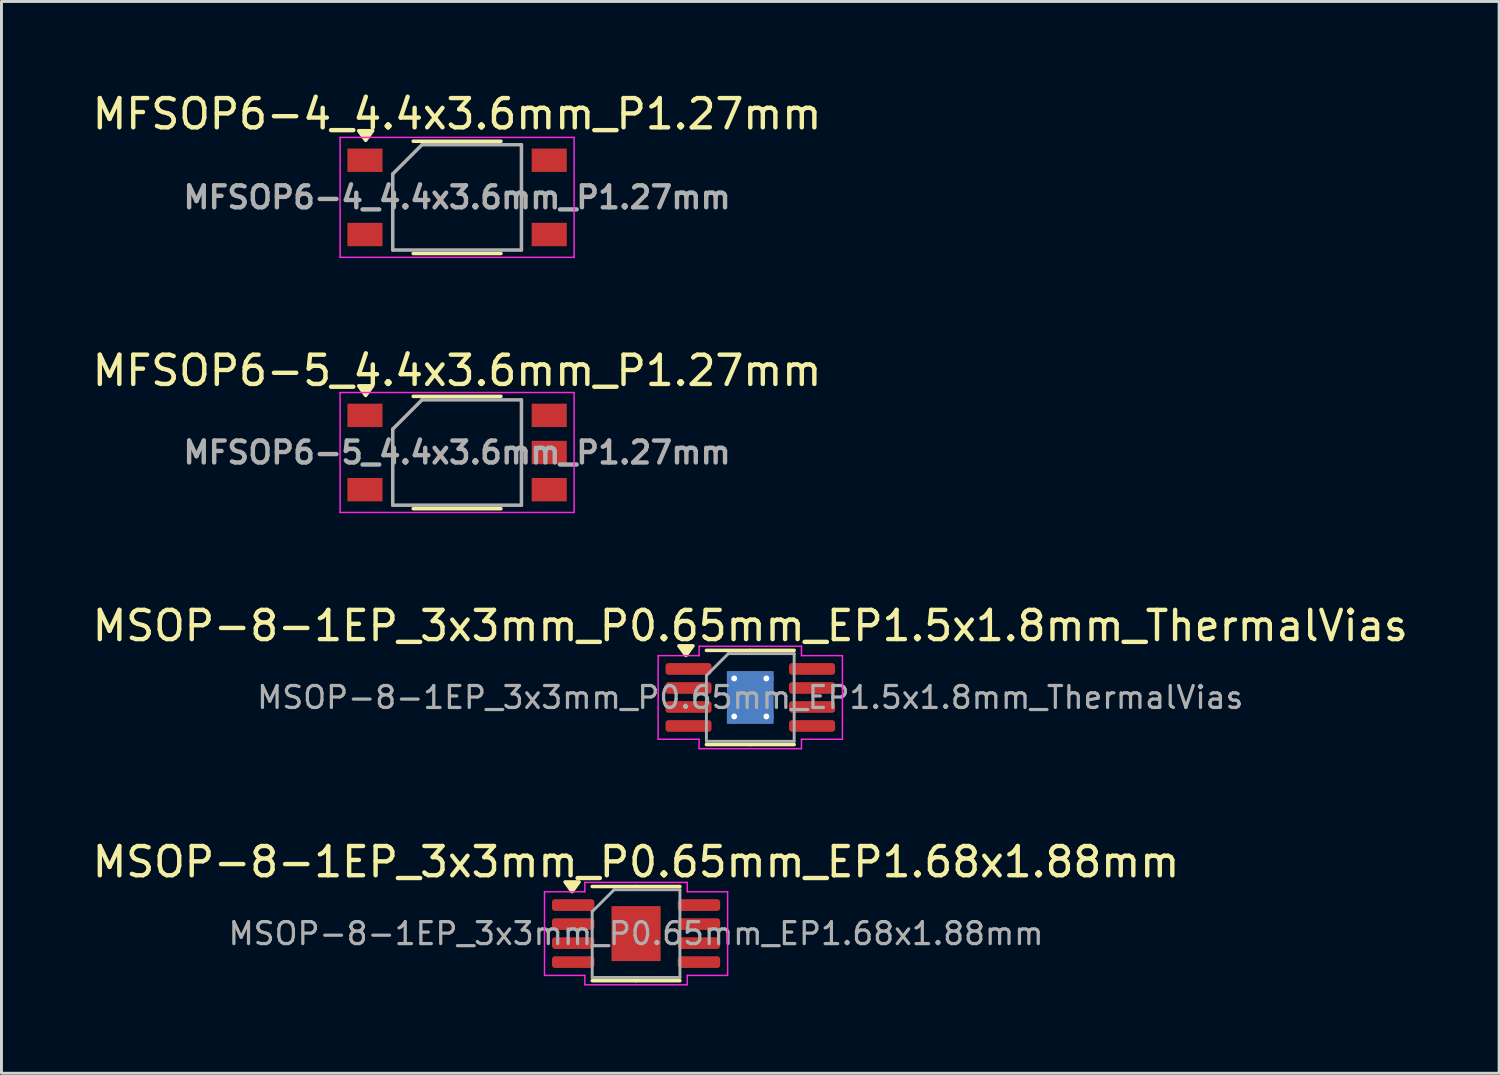
<source format=kicad_pcb>
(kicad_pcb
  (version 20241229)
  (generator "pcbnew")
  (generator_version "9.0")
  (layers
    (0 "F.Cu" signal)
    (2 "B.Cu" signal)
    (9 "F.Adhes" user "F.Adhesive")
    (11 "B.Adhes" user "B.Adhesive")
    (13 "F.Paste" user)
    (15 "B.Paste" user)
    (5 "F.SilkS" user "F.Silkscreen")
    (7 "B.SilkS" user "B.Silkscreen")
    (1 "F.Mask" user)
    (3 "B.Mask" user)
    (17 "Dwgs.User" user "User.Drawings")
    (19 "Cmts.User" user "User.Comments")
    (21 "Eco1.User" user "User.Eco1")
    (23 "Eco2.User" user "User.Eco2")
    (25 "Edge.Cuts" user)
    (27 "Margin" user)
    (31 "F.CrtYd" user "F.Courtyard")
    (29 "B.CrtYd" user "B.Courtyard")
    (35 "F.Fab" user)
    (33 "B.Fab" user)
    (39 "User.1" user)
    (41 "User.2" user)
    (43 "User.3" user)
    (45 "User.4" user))
  (footprint "MSOP-8-1EP_3x3mm_P0.65mm_EP1.68x1.88mm"
    (layer "F.Cu")
    (at 18.696 28.868)
    (property "Reference" "MSOP-8-1EP_3x3mm_P0.65mm_EP1.68x1.88mm" (at 0 -2.45 0) (layer "F.SilkS") (effects (font (size 1 1) (thickness 0.15))))
    (attr smd)
    (fp_line (start 0 -1.61) (end -1.5 -1.61) (stroke (width 0.12) (type solid)) (layer "F.SilkS"))
    (fp_line (start 0 -1.61) (end 1.5 -1.61) (stroke (width 0.12) (type solid)) (layer "F.SilkS"))
    (fp_line (start 0 1.61) (end -1.5 1.61) (stroke (width 0.12) (type solid)) (layer "F.SilkS"))
    (fp_line (start 0 1.61) (end 1.5 1.61) (stroke (width 0.12) (type solid)) (layer "F.SilkS"))
    (fp_poly (pts (xy -2.188 -1.435) (xy -2.428 -1.765) (xy -1.948 -1.765)) (stroke (width 0.12) (type solid)) (fill yes) (layer "F.SilkS"))
    (fp_line (start -3.13 -1.43) (end -1.75 -1.43) (stroke (width 0.05) (type solid)) (layer "F.CrtYd"))
    (fp_line (start -3.13 1.43) (end -3.13 -1.43) (stroke (width 0.05) (type solid)) (layer "F.CrtYd"))
    (fp_line (start -1.75 -1.75) (end 1.75 -1.75) (stroke (width 0.05) (type solid)) (layer "F.CrtYd"))
    (fp_line (start -1.75 -1.43) (end -1.75 -1.75) (stroke (width 0.05) (type solid)) (layer "F.CrtYd"))
    (fp_line (start -1.75 1.43) (end -3.13 1.43) (stroke (width 0.05) (type solid)) (layer "F.CrtYd"))
    (fp_line (start -1.75 1.75) (end -1.75 1.43) (stroke (width 0.05) (type solid)) (layer "F.CrtYd"))
    (fp_line (start 1.75 -1.75) (end 1.75 -1.43) (stroke (width 0.05) (type solid)) (layer "F.CrtYd"))
    (fp_line (start 1.75 -1.43) (end 3.13 -1.43) (stroke (width 0.05) (type solid)) (layer "F.CrtYd"))
    (fp_line (start 1.75 1.43) (end 1.75 1.75) (stroke (width 0.05) (type solid)) (layer "F.CrtYd"))
    (fp_line (start 1.75 1.75) (end -1.75 1.75) (stroke (width 0.05) (type solid)) (layer "F.CrtYd"))
    (fp_line (start 3.13 -1.43) (end 3.13 1.43) (stroke (width 0.05) (type solid)) (layer "F.CrtYd"))
    (fp_line (start 3.13 1.43) (end 1.75 1.43) (stroke (width 0.05) (type solid)) (layer "F.CrtYd"))
    (fp_line (start -1.5 -0.75) (end -0.75 -1.5) (stroke (width 0.1) (type solid)) (layer "F.Fab"))
    (fp_line (start -1.5 1.5) (end -1.5 -0.75) (stroke (width 0.1) (type solid)) (layer "F.Fab"))
    (fp_line (start -0.75 -1.5) (end 1.5 -1.5) (stroke (width 0.1) (type solid)) (layer "F.Fab"))
    (fp_line (start 1.5 -1.5) (end 1.5 1.5) (stroke (width 0.1) (type solid)) (layer "F.Fab"))
    (fp_line (start 1.5 1.5) (end -1.5 1.5) (stroke (width 0.1) (type solid)) (layer "F.Fab"))
    (fp_text user "${REFERENCE}" (at 0 0 0) (layer "F.Fab") (effects (font (size 0.75 0.75) (thickness 0.11))))
    (pad "" smd roundrect (at -0.42 -0.47) (size 0.68 0.76) (layers "F.Paste") (roundrect_rratio 0.25))
    (pad "" smd roundrect (at -0.42 0.47) (size 0.68 0.76) (layers "F.Paste") (roundrect_rratio 0.25))
    (pad "" smd roundrect (at 0.42 -0.47) (size 0.68 0.76) (layers "F.Paste") (roundrect_rratio 0.25))
    (pad "" smd roundrect (at 0.42 0.47) (size 0.68 0.76) (layers "F.Paste") (roundrect_rratio 0.25))
    (pad "1" smd roundrect (at -2.15 -0.975) (size 1.45 0.4) (layers "F.Cu" "F.Mask" "F.Paste") (roundrect_rratio 0.25))
    (pad "2" smd roundrect (at -2.15 -0.325) (size 1.45 0.4) (layers "F.Cu" "F.Mask" "F.Paste") (roundrect_rratio 0.25))
    (pad "3" smd roundrect (at -2.15 0.325) (size 1.45 0.4) (layers "F.Cu" "F.Mask" "F.Paste") (roundrect_rratio 0.25))
    (pad "4" smd roundrect (at -2.15 0.975) (size 1.45 0.4) (layers "F.Cu" "F.Mask" "F.Paste") (roundrect_rratio 0.25))
    (pad "5" smd roundrect (at 2.15 0.975) (size 1.45 0.4) (layers "F.Cu" "F.Mask" "F.Paste") (roundrect_rratio 0.25))
    (pad "6" smd roundrect (at 2.15 0.325) (size 1.45 0.4) (layers "F.Cu" "F.Mask" "F.Paste") (roundrect_rratio 0.25))
    (pad "7" smd roundrect (at 2.15 -0.325) (size 1.45 0.4) (layers "F.Cu" "F.Mask" "F.Paste") (roundrect_rratio 0.25))
    (pad "8" smd roundrect (at 2.15 -0.975) (size 1.45 0.4) (layers "F.Cu" "F.Mask" "F.Paste") (roundrect_rratio 0.25))
    (pad "9" smd rect (at 0 0) (size 1.68 1.88) (property pad_prop_heatsink) (layers "F.Cu" "F.Mask")))
  (footprint "MFSOP6-5_4.4x3.6mm_P1.27mm"
    (layer "F.Cu")
    (at 12.577 12.421)
    (property "Reference" "MFSOP6-5_4.4x3.6mm_P1.27mm" (at 0 -2.8 0) (layer "F.SilkS") (effects (font (size 1 1) (thickness 0.15))))
    (attr smd)
    (fp_line (start 1.5 -1.92) (end -1.5 -1.92) (stroke (width 0.12) (type solid)) (layer "F.SilkS"))
    (fp_line (start 1.5 1.92) (end -1.5 1.92) (stroke (width 0.12) (type solid)) (layer "F.SilkS"))
    (fp_poly (pts (xy -3.125 -1.95) (xy -3.365 -2.28) (xy -2.885 -2.28) (xy -3.125 -1.95)) (stroke (width 0.12) (type solid)) (fill yes) (layer "F.SilkS"))
    (fp_line (start -4 -2.05) (end -4 2.05) (stroke (width 0.05) (type solid)) (layer "F.CrtYd"))
    (fp_line (start -4 -2.05) (end 4 -2.05) (stroke (width 0.05) (type solid)) (layer "F.CrtYd"))
    (fp_line (start 4 2.05) (end -4 2.05) (stroke (width 0.05) (type solid)) (layer "F.CrtYd"))
    (fp_line (start 4 2.05) (end 4 -2.05) (stroke (width 0.05) (type solid)) (layer "F.CrtYd"))
    (fp_line (start -2.2 -0.8) (end -2.2 1.8) (stroke (width 0.12) (type solid)) (layer "F.Fab"))
    (fp_line (start -2.2 1.8) (end 2.2 1.8) (stroke (width 0.12) (type solid)) (layer "F.Fab"))
    (fp_line (start -1.2 -1.8) (end -2.2 -0.8) (stroke (width 0.12) (type solid)) (layer "F.Fab"))
    (fp_line (start 2.2 -1.8) (end -1.2 -1.8) (stroke (width 0.12) (type solid)) (layer "F.Fab"))
    (fp_line (start 2.2 1.8) (end 2.2 -1.8) (stroke (width 0.12) (type solid)) (layer "F.Fab"))
    (fp_text user "${REFERENCE}" (at 0 0 0) (layer "F.Fab") (effects (font (size 0.75 0.75) (thickness 0.15))))
    (pad "1" smd rect (at -3.15 -1.27) (size 1.2 0.8) (layers "F.Cu" "F.Mask" "F.Paste"))
    (pad "3" smd rect (at -3.15 1.27) (size 1.2 0.8) (layers "F.Cu" "F.Mask" "F.Paste"))
    (pad "4" smd rect (at 3.15 1.27) (size 1.2 0.8) (layers "F.Cu" "F.Mask" "F.Paste"))
    (pad "5" smd rect (at 3.15 0) (size 1.2 0.8) (layers "F.Cu" "F.Mask" "F.Paste"))
    (pad "6" smd rect (at 3.15 -1.27) (size 1.2 0.8) (layers "F.Cu" "F.Mask" "F.Paste")))
  (footprint "MFSOP6-4_4.4x3.6mm_P1.27mm"
    (layer "F.Cu")
    (at 12.577 3.698)
    (property "Reference" "MFSOP6-4_4.4x3.6mm_P1.27mm" (at 0 -2.85 0) (layer "F.SilkS") (effects (font (size 1 1) (thickness 0.15))))
    (attr smd)
    (fp_line (start 1.5 -1.92) (end -1.5 -1.92) (stroke (width 0.12) (type solid)) (layer "F.SilkS"))
    (fp_line (start 1.5 1.92) (end -1.5 1.92) (stroke (width 0.12) (type solid)) (layer "F.SilkS"))
    (fp_poly (pts (xy -3.125 -1.95) (xy -3.365 -2.28) (xy -2.885 -2.28) (xy -3.125 -1.95)) (stroke (width 0.12) (type solid)) (fill yes) (layer "F.SilkS"))
    (fp_line (start -4 -2.05) (end -4 2.05) (stroke (width 0.05) (type solid)) (layer "F.CrtYd"))
    (fp_line (start -4 -2.05) (end 4 -2.05) (stroke (width 0.05) (type solid)) (layer "F.CrtYd"))
    (fp_line (start 4 2.05) (end -4 2.05) (stroke (width 0.05) (type solid)) (layer "F.CrtYd"))
    (fp_line (start 4 2.05) (end 4 -2.05) (stroke (width 0.05) (type solid)) (layer "F.CrtYd"))
    (fp_line (start -2.2 -0.8) (end -2.2 1.8) (stroke (width 0.12) (type solid)) (layer "F.Fab"))
    (fp_line (start -2.2 1.8) (end 2.2 1.8) (stroke (width 0.12) (type solid)) (layer "F.Fab"))
    (fp_line (start -1.2 -1.8) (end -2.2 -0.8) (stroke (width 0.12) (type solid)) (layer "F.Fab"))
    (fp_line (start 2.2 -1.8) (end -1.2 -1.8) (stroke (width 0.12) (type solid)) (layer "F.Fab"))
    (fp_line (start 2.2 1.8) (end 2.2 -1.8) (stroke (width 0.12) (type solid)) (layer "F.Fab"))
    (fp_text user "${REFERENCE}" (at 0 0 0) (layer "F.Fab") (effects (font (size 0.75 0.75) (thickness 0.15))))
    (pad "1" smd rect (at -3.15 -1.27) (size 1.2 0.8) (layers "F.Cu" "F.Mask" "F.Paste"))
    (pad "3" smd rect (at -3.15 1.27) (size 1.2 0.8) (layers "F.Cu" "F.Mask" "F.Paste"))
    (pad "4" smd rect (at 3.15 1.27) (size 1.2 0.8) (layers "F.Cu" "F.Mask" "F.Paste"))
    (pad "6" smd rect (at 3.15 -1.27) (size 1.2 0.8) (layers "F.Cu" "F.Mask" "F.Paste")))
  (footprint "MSOP-8-1EP_3x3mm_P0.65mm_EP1.5x1.8mm_ThermalVias"
    (layer "F.Cu")
    (at 22.601 20.795)
    (property "Reference" "MSOP-8-1EP_3x3mm_P0.65mm_EP1.5x1.8mm_ThermalVias" (at 0 -2.45 0) (layer "F.SilkS") (effects (font (size 1 1) (thickness 0.15))))
    (attr smd)
    (fp_line (start 0 -1.61) (end -1.5 -1.61) (stroke (width 0.12) (type solid)) (layer "F.SilkS"))
    (fp_line (start 0 -1.61) (end 1.5 -1.61) (stroke (width 0.12) (type solid)) (layer "F.SilkS"))
    (fp_line (start 0 1.61) (end -1.5 1.61) (stroke (width 0.12) (type solid)) (layer "F.SilkS"))
    (fp_line (start 0 1.61) (end 1.5 1.61) (stroke (width 0.12) (type solid)) (layer "F.SilkS"))
    (fp_poly (pts (xy -2.2 -1.435) (xy -2.44 -1.765) (xy -1.96 -1.765)) (stroke (width 0.12) (type solid)) (fill yes) (layer "F.SilkS"))
    (fp_line (start -3.15 -1.43) (end -1.75 -1.43) (stroke (width 0.05) (type solid)) (layer "F.CrtYd"))
    (fp_line (start -3.15 1.43) (end -3.15 -1.43) (stroke (width 0.05) (type solid)) (layer "F.CrtYd"))
    (fp_line (start -1.75 -1.75) (end 1.75 -1.75) (stroke (width 0.05) (type solid)) (layer "F.CrtYd"))
    (fp_line (start -1.75 -1.43) (end -1.75 -1.75) (stroke (width 0.05) (type solid)) (layer "F.CrtYd"))
    (fp_line (start -1.75 1.43) (end -3.15 1.43) (stroke (width 0.05) (type solid)) (layer "F.CrtYd"))
    (fp_line (start -1.75 1.75) (end -1.75 1.43) (stroke (width 0.05) (type solid)) (layer "F.CrtYd"))
    (fp_line (start 1.75 -1.75) (end 1.75 -1.43) (stroke (width 0.05) (type solid)) (layer "F.CrtYd"))
    (fp_line (start 1.75 -1.43) (end 3.15 -1.43) (stroke (width 0.05) (type solid)) (layer "F.CrtYd"))
    (fp_line (start 1.75 1.43) (end 1.75 1.75) (stroke (width 0.05) (type solid)) (layer "F.CrtYd"))
    (fp_line (start 1.75 1.75) (end -1.75 1.75) (stroke (width 0.05) (type solid)) (layer "F.CrtYd"))
    (fp_line (start 3.15 -1.43) (end 3.15 1.43) (stroke (width 0.05) (type solid)) (layer "F.CrtYd"))
    (fp_line (start 3.15 1.43) (end 1.75 1.43) (stroke (width 0.05) (type solid)) (layer "F.CrtYd"))
    (fp_line (start -1.5 -0.75) (end -0.75 -1.5) (stroke (width 0.1) (type solid)) (layer "F.Fab"))
    (fp_line (start -1.5 1.5) (end -1.5 -0.75) (stroke (width 0.1) (type solid)) (layer "F.Fab"))
    (fp_line (start -0.75 -1.5) (end 1.5 -1.5) (stroke (width 0.1) (type solid)) (layer "F.Fab"))
    (fp_line (start 1.5 -1.5) (end 1.5 1.5) (stroke (width 0.1) (type solid)) (layer "F.Fab"))
    (fp_line (start 1.5 1.5) (end -1.5 1.5) (stroke (width 0.1) (type solid)) (layer "F.Fab"))
    (fp_text user "${REFERENCE}" (at 0 0 0) (layer "F.Fab") (effects (font (size 0.75 0.75) (thickness 0.11))))
    (pad "" smd roundrect (at -0.375 -0.45) (size 0.63 0.75) (layers "F.Paste") (roundrect_rratio 0.25))
    (pad "" smd roundrect (at -0.375 0.45) (size 0.63 0.75) (layers "F.Paste") (roundrect_rratio 0.25))
    (pad "" smd roundrect (at 0.375 -0.45) (size 0.63 0.75) (layers "F.Paste") (roundrect_rratio 0.25))
    (pad "" smd roundrect (at 0.375 0.45) (size 0.63 0.75) (layers "F.Paste") (roundrect_rratio 0.25))
    (pad "1" smd roundrect (at -2.112 -0.975) (size 1.575 0.4) (layers "F.Cu" "F.Mask" "F.Paste") (roundrect_rratio 0.25))
    (pad "2" smd roundrect (at -2.112 -0.325) (size 1.575 0.4) (layers "F.Cu" "F.Mask" "F.Paste") (roundrect_rratio 0.25))
    (pad "3" smd roundrect (at -2.112 0.325) (size 1.575 0.4) (layers "F.Cu" "F.Mask" "F.Paste") (roundrect_rratio 0.25))
    (pad "4" smd roundrect (at -2.112 0.975) (size 1.575 0.4) (layers "F.Cu" "F.Mask" "F.Paste") (roundrect_rratio 0.25))
    (pad "5" smd roundrect (at 2.112 0.975) (size 1.575 0.4) (layers "F.Cu" "F.Mask" "F.Paste") (roundrect_rratio 0.25))
    (pad "6" smd roundrect (at 2.112 0.325) (size 1.575 0.4) (layers "F.Cu" "F.Mask" "F.Paste") (roundrect_rratio 0.25))
    (pad "7" smd roundrect (at 2.112 -0.325) (size 1.575 0.4) (layers "F.Cu" "F.Mask" "F.Paste") (roundrect_rratio 0.25))
    (pad "8" smd roundrect (at 2.112 -0.975) (size 1.575 0.4) (layers "F.Cu" "F.Mask" "F.Paste") (roundrect_rratio 0.25))
    (pad "9" thru_hole circle (at -0.55 -0.65) (size 0.5 0.5) (drill 0.2) (property pad_prop_heatsink) (layers "*.Cu"))
    (pad "9" thru_hole circle (at -0.55 0.65) (size 0.5 0.5) (drill 0.2) (property pad_prop_heatsink) (layers "*.Cu"))
    (pad "9" smd rect (at 0 0) (size 1.5 1.8) (property pad_prop_heatsink) (layers "F.Cu" "F.Mask"))
    (pad "9" smd rect (at 0 0) (size 1.6 1.8) (property pad_prop_heatsink) (layers "B.Cu"))
    (pad "9" thru_hole circle (at 0.55 -0.65) (size 0.5 0.5) (drill 0.2) (property pad_prop_heatsink) (layers "*.Cu"))
    (pad "9" thru_hole circle (at 0.55 0.65) (size 0.5 0.5) (drill 0.2) (property pad_prop_heatsink) (layers "*.Cu")))
  (gr_rect
    (start -3 -3)
    (end 48.202 33.643)
    (stroke (width 0.1) (type default))
    (fill no)
    (layer "Edge.Cuts")))
</source>
